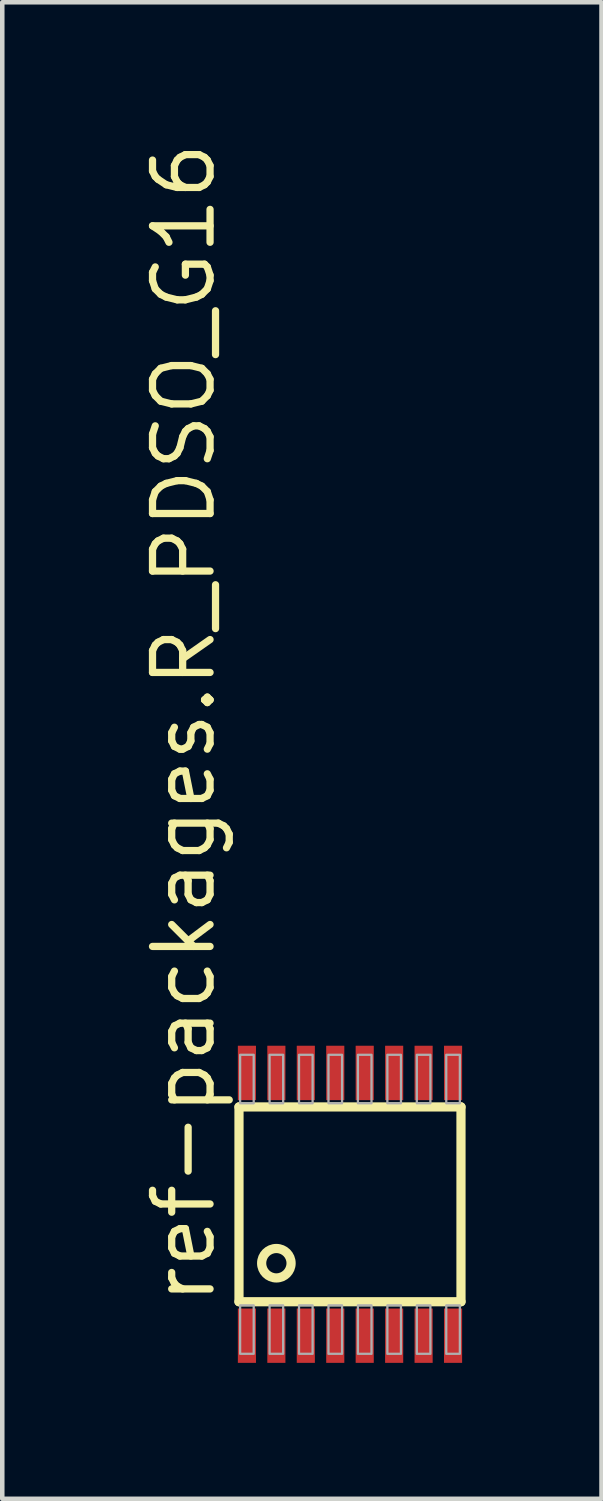
<source format=kicad_pcb>
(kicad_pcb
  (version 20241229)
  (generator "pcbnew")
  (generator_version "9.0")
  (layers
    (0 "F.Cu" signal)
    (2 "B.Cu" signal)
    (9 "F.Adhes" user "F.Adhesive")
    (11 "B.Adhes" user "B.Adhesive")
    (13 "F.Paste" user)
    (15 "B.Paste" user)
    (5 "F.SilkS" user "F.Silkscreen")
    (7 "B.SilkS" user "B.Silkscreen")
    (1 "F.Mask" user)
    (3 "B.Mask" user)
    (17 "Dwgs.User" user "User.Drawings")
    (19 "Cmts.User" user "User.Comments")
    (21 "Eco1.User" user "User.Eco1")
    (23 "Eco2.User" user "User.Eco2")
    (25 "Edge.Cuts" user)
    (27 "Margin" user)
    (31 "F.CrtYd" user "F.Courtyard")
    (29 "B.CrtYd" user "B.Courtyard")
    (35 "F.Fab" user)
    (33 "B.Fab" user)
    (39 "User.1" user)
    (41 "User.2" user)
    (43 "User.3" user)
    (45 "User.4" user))
  (footprint "ref-packages.R_PDSO_G16"
    (layer "F.Cu")
    (at 4.675 23.532)
    (property "Reference" "ref-packages.R_PDSO_G16" (at -2.925 2.275 90) (layer "F.SilkS") (effects (font (size 1.27 1.27) (thickness 0.16)) (justify left bottom)))
    (attr smd)
    (fp_line (start -2.45 -2.15) (end 2.45 -2.15) (stroke (width 0.203) (type default)) (layer "F.SilkS"))
    (fp_line (start -2.45 2.15) (end -2.45 -2.15) (stroke (width 0.203) (type default)) (layer "F.SilkS"))
    (fp_line (start 2.45 -2.15) (end 2.45 2.15) (stroke (width 0.203) (type default)) (layer "F.SilkS"))
    (fp_line (start 2.45 2.15) (end -2.45 2.15) (stroke (width 0.203) (type default)) (layer "F.SilkS"))
    (fp_circle (center -1.625 1.3) (end -1.3 1.3) (stroke (width 0.203) (type default)) (fill no) (layer "F.SilkS"))
    (fp_rect (start -2.425 -2.23) (end -2.125 -3.3) (stroke (width 0.05) (type default)) (fill no) (layer "F.Fab"))
    (fp_rect (start -2.425 3.3) (end -2.125 2.23) (stroke (width 0.05) (type default)) (fill no) (layer "F.Fab"))
    (fp_rect (start -1.775 -2.23) (end -1.475 -3.3) (stroke (width 0.05) (type default)) (fill no) (layer "F.Fab"))
    (fp_rect (start -1.775 3.3) (end -1.475 2.23) (stroke (width 0.05) (type default)) (fill no) (layer "F.Fab"))
    (fp_rect (start -1.125 -2.23) (end -0.825 -3.3) (stroke (width 0.05) (type default)) (fill no) (layer "F.Fab"))
    (fp_rect (start -1.125 3.3) (end -0.825 2.23) (stroke (width 0.05) (type default)) (fill no) (layer "F.Fab"))
    (fp_rect (start -0.475 -2.23) (end -0.175 -3.3) (stroke (width 0.05) (type default)) (fill no) (layer "F.Fab"))
    (fp_rect (start -0.475 3.3) (end -0.175 2.23) (stroke (width 0.05) (type default)) (fill no) (layer "F.Fab"))
    (fp_rect (start 0.175 -2.23) (end 0.475 -3.3) (stroke (width 0.05) (type default)) (fill no) (layer "F.Fab"))
    (fp_rect (start 0.175 3.3) (end 0.475 2.23) (stroke (width 0.05) (type default)) (fill no) (layer "F.Fab"))
    (fp_rect (start 0.825 -2.23) (end 1.125 -3.3) (stroke (width 0.05) (type default)) (fill no) (layer "F.Fab"))
    (fp_rect (start 0.825 3.3) (end 1.125 2.23) (stroke (width 0.05) (type default)) (fill no) (layer "F.Fab"))
    (fp_rect (start 1.475 -2.23) (end 1.775 -3.3) (stroke (width 0.05) (type default)) (fill no) (layer "F.Fab"))
    (fp_rect (start 1.475 3.3) (end 1.775 2.23) (stroke (width 0.05) (type default)) (fill no) (layer "F.Fab"))
    (fp_rect (start 2.125 -2.23) (end 2.425 -3.3) (stroke (width 0.05) (type default)) (fill no) (layer "F.Fab"))
    (fp_rect (start 2.125 3.3) (end 2.425 2.23) (stroke (width 0.05) (type default)) (fill no) (layer "F.Fab"))
    (pad "1" smd roundrect (at -2.275 2.9) (size 0.4 1.2) (layers "F.Cu" "F.Mask" "F.Paste") (roundrect_rratio 0.01))
    (pad "2" smd roundrect (at -1.625 2.9) (size 0.4 1.2) (layers "F.Cu" "F.Mask" "F.Paste") (roundrect_rratio 0.01))
    (pad "3" smd roundrect (at -0.975 2.9) (size 0.4 1.2) (layers "F.Cu" "F.Mask" "F.Paste") (roundrect_rratio 0.01))
    (pad "4" smd roundrect (at -0.325 2.9) (size 0.4 1.2) (layers "F.Cu" "F.Mask" "F.Paste") (roundrect_rratio 0.01))
    (pad "5" smd roundrect (at 0.325 2.9) (size 0.4 1.2) (layers "F.Cu" "F.Mask" "F.Paste") (roundrect_rratio 0.01))
    (pad "6" smd roundrect (at 0.975 2.9) (size 0.4 1.2) (layers "F.Cu" "F.Mask" "F.Paste") (roundrect_rratio 0.01))
    (pad "7" smd roundrect (at 1.625 2.9) (size 0.4 1.2) (layers "F.Cu" "F.Mask" "F.Paste") (roundrect_rratio 0.01))
    (pad "8" smd roundrect (at 2.275 2.9) (size 0.4 1.2) (layers "F.Cu" "F.Mask" "F.Paste") (roundrect_rratio 0.01))
    (pad "9" smd roundrect (at 2.275 -2.9 180) (size 0.4 1.2) (layers "F.Cu" "F.Mask" "F.Paste") (roundrect_rratio 0.01))
    (pad "10" smd roundrect (at 1.625 -2.9 180) (size 0.4 1.2) (layers "F.Cu" "F.Mask" "F.Paste") (roundrect_rratio 0.01))
    (pad "11" smd roundrect (at 0.975 -2.9 180) (size 0.4 1.2) (layers "F.Cu" "F.Mask" "F.Paste") (roundrect_rratio 0.01))
    (pad "12" smd roundrect (at 0.325 -2.9 180) (size 0.4 1.2) (layers "F.Cu" "F.Mask" "F.Paste") (roundrect_rratio 0.01))
    (pad "13" smd roundrect (at -0.325 -2.9 180) (size 0.4 1.2) (layers "F.Cu" "F.Mask" "F.Paste") (roundrect_rratio 0.01))
    (pad "14" smd roundrect (at -0.975 -2.9 180) (size 0.4 1.2) (layers "F.Cu" "F.Mask" "F.Paste") (roundrect_rratio 0.01))
    (pad "15" smd roundrect (at -1.625 -2.9 180) (size 0.4 1.2) (layers "F.Cu" "F.Mask" "F.Paste") (roundrect_rratio 0.01))
    (pad "16" smd roundrect (at -2.275 -2.9 180) (size 0.4 1.2) (layers "F.Cu" "F.Mask" "F.Paste") (roundrect_rratio 0.01)))
  (gr_rect
    (start -3 -3)
    (end 10.227 30.032)
    (stroke (width 0.1) (type default))
    (fill no)
    (layer "Edge.Cuts")))
</source>
